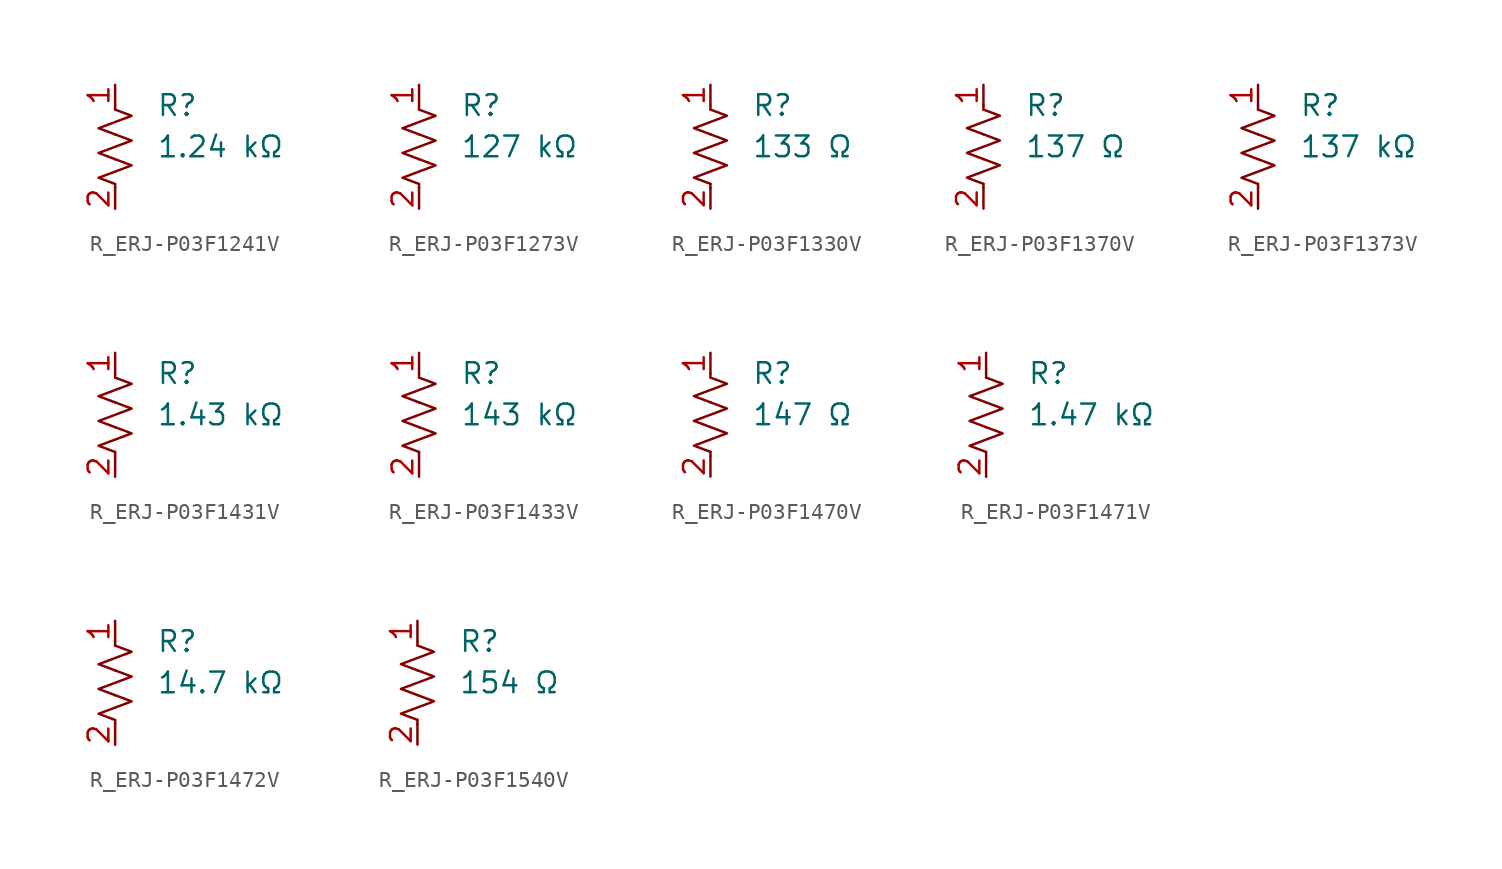
<source format=kicad_sym>
(kicad_symbol_lib
  (version 20231120)
  (generator "kicad_symbol_editor")
  (generator_version "8.0")
  (symbol "R_ERJ-P03F1241V"
    (pin_names
      (offset 0.254))
    (property "Value" "1.24 kΩ"
      (at 2.54 0 0)
      (effects (font (size 1.27 1.27)) (justify left)))
    (property "Reference" "R"
      (at 2.54 2.54 0)
      (effects (font (size 1.27 1.27)) (justify left)))
    (symbol "R_ERJ-P03F1241V_0_1"
      (polyline (pts (xy 0 -2.286) (xy 0 -2.54)) (stroke (width 0) (type default)) (fill (type none)))
      (polyline (pts (xy 0 2.286) (xy 0 2.54)) (stroke (width 0) (type default)) (fill (type none)))
      (polyline (pts (xy 0 -0.762) (xy 1.016 -1.143) (xy 0 -1.524) (xy -1.016 -1.905) (xy 0 -2.286)) (stroke (width 0) (type default)) (fill (type none)))
      (polyline (pts (xy 0 0.762) (xy 1.016 0.381) (xy 0 0) (xy -1.016 -0.381) (xy 0 -0.762)) (stroke (width 0) (type default)) (fill (type none)))
      (polyline (pts (xy 0 2.286) (xy 1.016 1.905) (xy 0 1.524) (xy -1.016 1.143) (xy 0 0.762)) (stroke (width 0) (type default)) (fill (type none))))
    (symbol "R_ERJ-P03F1241V_1_1"
      (pin passive line (at 0 3.81 270) (length 1.27) (name "~" (effects (font (size 1.27 1.27)))) (number "1" (effects (font (size 1.27 1.27)))))
      (pin passive line (at 0 -3.81 90) (length 1.27) (name "~" (effects (font (size 1.27 1.27)))) (number "2" (effects (font (size 1.27 1.27)))))))
  (symbol "R_ERJ-P03F1273V"
    (pin_names
      (offset 0.254))
    (property "Value" "127 kΩ"
      (at 2.54 0 0)
      (effects (font (size 1.27 1.27)) (justify left)))
    (property "Reference" "R"
      (at 2.54 2.54 0)
      (effects (font (size 1.27 1.27)) (justify left)))
    (symbol "R_ERJ-P03F1273V_0_1"
      (polyline (pts (xy 0 -2.286) (xy 0 -2.54)) (stroke (width 0) (type default)) (fill (type none)))
      (polyline (pts (xy 0 2.286) (xy 0 2.54)) (stroke (width 0) (type default)) (fill (type none)))
      (polyline (pts (xy 0 -0.762) (xy 1.016 -1.143) (xy 0 -1.524) (xy -1.016 -1.905) (xy 0 -2.286)) (stroke (width 0) (type default)) (fill (type none)))
      (polyline (pts (xy 0 0.762) (xy 1.016 0.381) (xy 0 0) (xy -1.016 -0.381) (xy 0 -0.762)) (stroke (width 0) (type default)) (fill (type none)))
      (polyline (pts (xy 0 2.286) (xy 1.016 1.905) (xy 0 1.524) (xy -1.016 1.143) (xy 0 0.762)) (stroke (width 0) (type default)) (fill (type none))))
    (symbol "R_ERJ-P03F1273V_1_1"
      (pin passive line (at 0 3.81 270) (length 1.27) (name "~" (effects (font (size 1.27 1.27)))) (number "1" (effects (font (size 1.27 1.27)))))
      (pin passive line (at 0 -3.81 90) (length 1.27) (name "~" (effects (font (size 1.27 1.27)))) (number "2" (effects (font (size 1.27 1.27)))))))
  (symbol "R_ERJ-P03F1330V"
    (pin_names
      (offset 0.254))
    (property "Value" "133 Ω"
      (at 2.54 0 0)
      (effects (font (size 1.27 1.27)) (justify left)))
    (property "Reference" "R"
      (at 2.54 2.54 0)
      (effects (font (size 1.27 1.27)) (justify left)))
    (symbol "R_ERJ-P03F1330V_0_1"
      (polyline (pts (xy 0 -2.286) (xy 0 -2.54)) (stroke (width 0) (type default)) (fill (type none)))
      (polyline (pts (xy 0 2.286) (xy 0 2.54)) (stroke (width 0) (type default)) (fill (type none)))
      (polyline (pts (xy 0 -0.762) (xy 1.016 -1.143) (xy 0 -1.524) (xy -1.016 -1.905) (xy 0 -2.286)) (stroke (width 0) (type default)) (fill (type none)))
      (polyline (pts (xy 0 0.762) (xy 1.016 0.381) (xy 0 0) (xy -1.016 -0.381) (xy 0 -0.762)) (stroke (width 0) (type default)) (fill (type none)))
      (polyline (pts (xy 0 2.286) (xy 1.016 1.905) (xy 0 1.524) (xy -1.016 1.143) (xy 0 0.762)) (stroke (width 0) (type default)) (fill (type none))))
    (symbol "R_ERJ-P03F1330V_1_1"
      (pin passive line (at 0 3.81 270) (length 1.27) (name "~" (effects (font (size 1.27 1.27)))) (number "1" (effects (font (size 1.27 1.27)))))
      (pin passive line (at 0 -3.81 90) (length 1.27) (name "~" (effects (font (size 1.27 1.27)))) (number "2" (effects (font (size 1.27 1.27)))))))
  (symbol "R_ERJ-P03F1370V"
    (pin_names
      (offset 0.254))
    (property "Value" "137 Ω"
      (at 2.54 0 0)
      (effects (font (size 1.27 1.27)) (justify left)))
    (property "Reference" "R"
      (at 2.54 2.54 0)
      (effects (font (size 1.27 1.27)) (justify left)))
    (symbol "R_ERJ-P03F1370V_0_1"
      (polyline (pts (xy 0 -2.286) (xy 0 -2.54)) (stroke (width 0) (type default)) (fill (type none)))
      (polyline (pts (xy 0 2.286) (xy 0 2.54)) (stroke (width 0) (type default)) (fill (type none)))
      (polyline (pts (xy 0 -0.762) (xy 1.016 -1.143) (xy 0 -1.524) (xy -1.016 -1.905) (xy 0 -2.286)) (stroke (width 0) (type default)) (fill (type none)))
      (polyline (pts (xy 0 0.762) (xy 1.016 0.381) (xy 0 0) (xy -1.016 -0.381) (xy 0 -0.762)) (stroke (width 0) (type default)) (fill (type none)))
      (polyline (pts (xy 0 2.286) (xy 1.016 1.905) (xy 0 1.524) (xy -1.016 1.143) (xy 0 0.762)) (stroke (width 0) (type default)) (fill (type none))))
    (symbol "R_ERJ-P03F1370V_1_1"
      (pin passive line (at 0 3.81 270) (length 1.27) (name "~" (effects (font (size 1.27 1.27)))) (number "1" (effects (font (size 1.27 1.27)))))
      (pin passive line (at 0 -3.81 90) (length 1.27) (name "~" (effects (font (size 1.27 1.27)))) (number "2" (effects (font (size 1.27 1.27)))))))
  (symbol "R_ERJ-P03F1373V"
    (pin_names
      (offset 0.254))
    (property "Value" "137 kΩ"
      (at 2.54 0 0)
      (effects (font (size 1.27 1.27)) (justify left)))
    (property "Reference" "R"
      (at 2.54 2.54 0)
      (effects (font (size 1.27 1.27)) (justify left)))
    (symbol "R_ERJ-P03F1373V_0_1"
      (polyline (pts (xy 0 -2.286) (xy 0 -2.54)) (stroke (width 0) (type default)) (fill (type none)))
      (polyline (pts (xy 0 2.286) (xy 0 2.54)) (stroke (width 0) (type default)) (fill (type none)))
      (polyline (pts (xy 0 -0.762) (xy 1.016 -1.143) (xy 0 -1.524) (xy -1.016 -1.905) (xy 0 -2.286)) (stroke (width 0) (type default)) (fill (type none)))
      (polyline (pts (xy 0 0.762) (xy 1.016 0.381) (xy 0 0) (xy -1.016 -0.381) (xy 0 -0.762)) (stroke (width 0) (type default)) (fill (type none)))
      (polyline (pts (xy 0 2.286) (xy 1.016 1.905) (xy 0 1.524) (xy -1.016 1.143) (xy 0 0.762)) (stroke (width 0) (type default)) (fill (type none))))
    (symbol "R_ERJ-P03F1373V_1_1"
      (pin passive line (at 0 3.81 270) (length 1.27) (name "~" (effects (font (size 1.27 1.27)))) (number "1" (effects (font (size 1.27 1.27)))))
      (pin passive line (at 0 -3.81 90) (length 1.27) (name "~" (effects (font (size 1.27 1.27)))) (number "2" (effects (font (size 1.27 1.27)))))))
  (symbol "R_ERJ-P03F1431V"
    (pin_names
      (offset 0.254))
    (property "Value" "1.43 kΩ"
      (at 2.54 0 0)
      (effects (font (size 1.27 1.27)) (justify left)))
    (property "Reference" "R"
      (at 2.54 2.54 0)
      (effects (font (size 1.27 1.27)) (justify left)))
    (symbol "R_ERJ-P03F1431V_0_1"
      (polyline (pts (xy 0 -2.286) (xy 0 -2.54)) (stroke (width 0) (type default)) (fill (type none)))
      (polyline (pts (xy 0 2.286) (xy 0 2.54)) (stroke (width 0) (type default)) (fill (type none)))
      (polyline (pts (xy 0 -0.762) (xy 1.016 -1.143) (xy 0 -1.524) (xy -1.016 -1.905) (xy 0 -2.286)) (stroke (width 0) (type default)) (fill (type none)))
      (polyline (pts (xy 0 0.762) (xy 1.016 0.381) (xy 0 0) (xy -1.016 -0.381) (xy 0 -0.762)) (stroke (width 0) (type default)) (fill (type none)))
      (polyline (pts (xy 0 2.286) (xy 1.016 1.905) (xy 0 1.524) (xy -1.016 1.143) (xy 0 0.762)) (stroke (width 0) (type default)) (fill (type none))))
    (symbol "R_ERJ-P03F1431V_1_1"
      (pin passive line (at 0 3.81 270) (length 1.27) (name "~" (effects (font (size 1.27 1.27)))) (number "1" (effects (font (size 1.27 1.27)))))
      (pin passive line (at 0 -3.81 90) (length 1.27) (name "~" (effects (font (size 1.27 1.27)))) (number "2" (effects (font (size 1.27 1.27)))))))
  (symbol "R_ERJ-P03F1433V"
    (pin_names
      (offset 0.254))
    (property "Value" "143 kΩ"
      (at 2.54 0 0)
      (effects (font (size 1.27 1.27)) (justify left)))
    (property "Reference" "R"
      (at 2.54 2.54 0)
      (effects (font (size 1.27 1.27)) (justify left)))
    (symbol "R_ERJ-P03F1433V_0_1"
      (polyline (pts (xy 0 -2.286) (xy 0 -2.54)) (stroke (width 0) (type default)) (fill (type none)))
      (polyline (pts (xy 0 2.286) (xy 0 2.54)) (stroke (width 0) (type default)) (fill (type none)))
      (polyline (pts (xy 0 -0.762) (xy 1.016 -1.143) (xy 0 -1.524) (xy -1.016 -1.905) (xy 0 -2.286)) (stroke (width 0) (type default)) (fill (type none)))
      (polyline (pts (xy 0 0.762) (xy 1.016 0.381) (xy 0 0) (xy -1.016 -0.381) (xy 0 -0.762)) (stroke (width 0) (type default)) (fill (type none)))
      (polyline (pts (xy 0 2.286) (xy 1.016 1.905) (xy 0 1.524) (xy -1.016 1.143) (xy 0 0.762)) (stroke (width 0) (type default)) (fill (type none))))
    (symbol "R_ERJ-P03F1433V_1_1"
      (pin passive line (at 0 3.81 270) (length 1.27) (name "~" (effects (font (size 1.27 1.27)))) (number "1" (effects (font (size 1.27 1.27)))))
      (pin passive line (at 0 -3.81 90) (length 1.27) (name "~" (effects (font (size 1.27 1.27)))) (number "2" (effects (font (size 1.27 1.27)))))))
  (symbol "R_ERJ-P03F1470V"
    (pin_names
      (offset 0.254))
    (property "Value" "147 Ω"
      (at 2.54 0 0)
      (effects (font (size 1.27 1.27)) (justify left)))
    (property "Reference" "R"
      (at 2.54 2.54 0)
      (effects (font (size 1.27 1.27)) (justify left)))
    (symbol "R_ERJ-P03F1470V_0_1"
      (polyline (pts (xy 0 -2.286) (xy 0 -2.54)) (stroke (width 0) (type default)) (fill (type none)))
      (polyline (pts (xy 0 2.286) (xy 0 2.54)) (stroke (width 0) (type default)) (fill (type none)))
      (polyline (pts (xy 0 -0.762) (xy 1.016 -1.143) (xy 0 -1.524) (xy -1.016 -1.905) (xy 0 -2.286)) (stroke (width 0) (type default)) (fill (type none)))
      (polyline (pts (xy 0 0.762) (xy 1.016 0.381) (xy 0 0) (xy -1.016 -0.381) (xy 0 -0.762)) (stroke (width 0) (type default)) (fill (type none)))
      (polyline (pts (xy 0 2.286) (xy 1.016 1.905) (xy 0 1.524) (xy -1.016 1.143) (xy 0 0.762)) (stroke (width 0) (type default)) (fill (type none))))
    (symbol "R_ERJ-P03F1470V_1_1"
      (pin passive line (at 0 3.81 270) (length 1.27) (name "~" (effects (font (size 1.27 1.27)))) (number "1" (effects (font (size 1.27 1.27)))))
      (pin passive line (at 0 -3.81 90) (length 1.27) (name "~" (effects (font (size 1.27 1.27)))) (number "2" (effects (font (size 1.27 1.27)))))))
  (symbol "R_ERJ-P03F1471V"
    (pin_names
      (offset 0.254))
    (property "Value" "1.47 kΩ"
      (at 2.54 0 0)
      (effects (font (size 1.27 1.27)) (justify left)))
    (property "Reference" "R"
      (at 2.54 2.54 0)
      (effects (font (size 1.27 1.27)) (justify left)))
    (symbol "R_ERJ-P03F1471V_0_1"
      (polyline (pts (xy 0 -2.286) (xy 0 -2.54)) (stroke (width 0) (type default)) (fill (type none)))
      (polyline (pts (xy 0 2.286) (xy 0 2.54)) (stroke (width 0) (type default)) (fill (type none)))
      (polyline (pts (xy 0 -0.762) (xy 1.016 -1.143) (xy 0 -1.524) (xy -1.016 -1.905) (xy 0 -2.286)) (stroke (width 0) (type default)) (fill (type none)))
      (polyline (pts (xy 0 0.762) (xy 1.016 0.381) (xy 0 0) (xy -1.016 -0.381) (xy 0 -0.762)) (stroke (width 0) (type default)) (fill (type none)))
      (polyline (pts (xy 0 2.286) (xy 1.016 1.905) (xy 0 1.524) (xy -1.016 1.143) (xy 0 0.762)) (stroke (width 0) (type default)) (fill (type none))))
    (symbol "R_ERJ-P03F1471V_1_1"
      (pin passive line (at 0 3.81 270) (length 1.27) (name "~" (effects (font (size 1.27 1.27)))) (number "1" (effects (font (size 1.27 1.27)))))
      (pin passive line (at 0 -3.81 90) (length 1.27) (name "~" (effects (font (size 1.27 1.27)))) (number "2" (effects (font (size 1.27 1.27)))))))
  (symbol "R_ERJ-P03F1472V"
    (pin_names
      (offset 0.254))
    (property "Value" "14.7 kΩ"
      (at 2.54 0 0)
      (effects (font (size 1.27 1.27)) (justify left)))
    (property "Reference" "R"
      (at 2.54 2.54 0)
      (effects (font (size 1.27 1.27)) (justify left)))
    (symbol "R_ERJ-P03F1472V_0_1"
      (polyline (pts (xy 0 -2.286) (xy 0 -2.54)) (stroke (width 0) (type default)) (fill (type none)))
      (polyline (pts (xy 0 2.286) (xy 0 2.54)) (stroke (width 0) (type default)) (fill (type none)))
      (polyline (pts (xy 0 -0.762) (xy 1.016 -1.143) (xy 0 -1.524) (xy -1.016 -1.905) (xy 0 -2.286)) (stroke (width 0) (type default)) (fill (type none)))
      (polyline (pts (xy 0 0.762) (xy 1.016 0.381) (xy 0 0) (xy -1.016 -0.381) (xy 0 -0.762)) (stroke (width 0) (type default)) (fill (type none)))
      (polyline (pts (xy 0 2.286) (xy 1.016 1.905) (xy 0 1.524) (xy -1.016 1.143) (xy 0 0.762)) (stroke (width 0) (type default)) (fill (type none))))
    (symbol "R_ERJ-P03F1472V_1_1"
      (pin passive line (at 0 3.81 270) (length 1.27) (name "~" (effects (font (size 1.27 1.27)))) (number "1" (effects (font (size 1.27 1.27)))))
      (pin passive line (at 0 -3.81 90) (length 1.27) (name "~" (effects (font (size 1.27 1.27)))) (number "2" (effects (font (size 1.27 1.27)))))))
  (symbol "R_ERJ-P03F1540V"
    (pin_names
      (offset 0.254))
    (property "Value" "154 Ω"
      (at 2.54 0 0)
      (effects (font (size 1.27 1.27)) (justify left)))
    (property "Reference" "R"
      (at 2.54 2.54 0)
      (effects (font (size 1.27 1.27)) (justify left)))
    (symbol "R_ERJ-P03F1540V_0_1"
      (polyline (pts (xy 0 -2.286) (xy 0 -2.54)) (stroke (width 0) (type default)) (fill (type none)))
      (polyline (pts (xy 0 2.286) (xy 0 2.54)) (stroke (width 0) (type default)) (fill (type none)))
      (polyline (pts (xy 0 -0.762) (xy 1.016 -1.143) (xy 0 -1.524) (xy -1.016 -1.905) (xy 0 -2.286)) (stroke (width 0) (type default)) (fill (type none)))
      (polyline (pts (xy 0 0.762) (xy 1.016 0.381) (xy 0 0) (xy -1.016 -0.381) (xy 0 -0.762)) (stroke (width 0) (type default)) (fill (type none)))
      (polyline (pts (xy 0 2.286) (xy 1.016 1.905) (xy 0 1.524) (xy -1.016 1.143) (xy 0 0.762)) (stroke (width 0) (type default)) (fill (type none))))
    (symbol "R_ERJ-P03F1540V_1_1"
      (pin passive line (at 0 3.81 270) (length 1.27) (name "~" (effects (font (size 1.27 1.27)))) (number "1" (effects (font (size 1.27 1.27)))))
      (pin passive line (at 0 -3.81 90) (length 1.27) (name "~" (effects (font (size 1.27 1.27)))) (number "2" (effects (font (size 1.27 1.27))))))))
</source>
